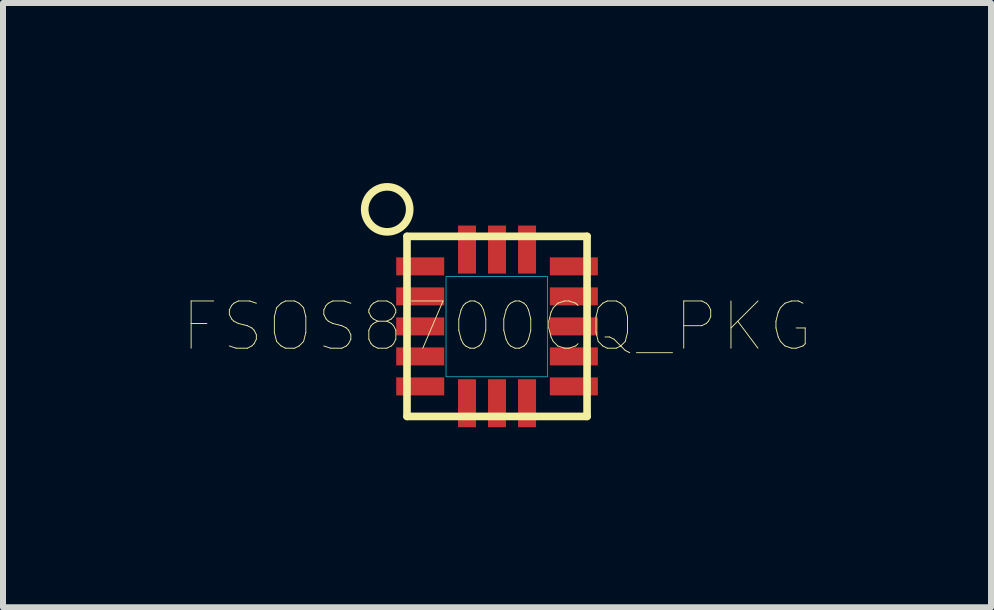
<source format=kicad_pcb>
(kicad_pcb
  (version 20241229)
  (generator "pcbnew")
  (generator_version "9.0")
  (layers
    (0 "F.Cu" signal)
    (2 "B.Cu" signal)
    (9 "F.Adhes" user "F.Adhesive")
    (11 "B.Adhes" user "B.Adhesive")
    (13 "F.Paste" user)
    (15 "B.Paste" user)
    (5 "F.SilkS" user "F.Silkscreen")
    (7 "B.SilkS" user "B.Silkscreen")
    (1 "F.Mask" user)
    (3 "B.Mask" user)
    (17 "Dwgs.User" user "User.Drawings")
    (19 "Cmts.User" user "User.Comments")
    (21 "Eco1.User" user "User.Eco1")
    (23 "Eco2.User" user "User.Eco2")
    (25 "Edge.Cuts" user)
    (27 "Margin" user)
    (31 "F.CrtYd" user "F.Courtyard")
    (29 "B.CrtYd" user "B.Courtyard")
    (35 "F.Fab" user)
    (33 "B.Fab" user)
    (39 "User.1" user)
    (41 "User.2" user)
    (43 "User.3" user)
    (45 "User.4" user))
  (footprint "FSOS8700CQ_PKG"
    (layer "F.Cu")
    (at 5.231 2.388)
    (property "Reference" "FSOS8700CQ_PKG" (at 0 0 0) (layer "F.SilkS") (effects (font (size 0.787 0.787) (thickness 0.015))))
    (attr through_hole)
    (fp_line (start -1.5 -1.5) (end 1.5 -1.5) (stroke (width 0.127) (type solid)) (layer "F.SilkS"))
    (fp_line (start -1.5 1.5) (end -1.5 -1.5) (stroke (width 0.127) (type solid)) (layer "F.SilkS"))
    (fp_line (start 1.5 -1.5) (end 1.5 1.5) (stroke (width 0.127) (type solid)) (layer "F.SilkS"))
    (fp_line (start 1.5 1.5) (end -1.5 1.5) (stroke (width 0.127) (type solid)) (layer "F.SilkS"))
    (fp_circle (center -1.83 -1.95) (end -1.455 -1.95) (stroke (width 0.127) (type solid)) (fill no) (layer "F.SilkS"))
    (fp_poly (pts (xy -0.85 -0.83) (xy 0.84 -0.83) (xy 0.84 0.84) (xy -0.85 0.84)) (stroke (width 0.01) (type solid)) (fill no) (layer "B.CrtYd"))
    (pad "P$1" smd rect (at -1.28 -1) (size 0.8 0.3) (layers "F.Cu" "F.Mask" "F.Paste"))
    (pad "P$2" smd rect (at -1.28 -0.5) (size 0.8 0.3) (layers "F.Cu" "F.Mask" "F.Paste"))
    (pad "P$3" smd rect (at -1.28 0) (size 0.8 0.3) (layers "F.Cu" "F.Mask" "F.Paste"))
    (pad "P$4" smd rect (at -1.28 0.5) (size 0.8 0.3) (layers "F.Cu" "F.Mask" "F.Paste"))
    (pad "P$5" smd rect (at -1.28 1) (size 0.8 0.3) (layers "F.Cu" "F.Mask" "F.Paste"))
    (pad "P$6" smd rect (at -0.5 1.28) (size 0.3 0.8) (layers "F.Cu" "F.Mask" "F.Paste"))
    (pad "P$7" smd rect (at 0 1.28) (size 0.3 0.8) (layers "F.Cu" "F.Mask" "F.Paste"))
    (pad "P$8" smd rect (at 0.5 1.28) (size 0.3 0.8) (layers "F.Cu" "F.Mask" "F.Paste"))
    (pad "P$9" smd rect (at 1.28 1) (size 0.8 0.3) (layers "F.Cu" "F.Mask" "F.Paste"))
    (pad "P$10" smd rect (at 1.28 0.5) (size 0.8 0.3) (layers "F.Cu" "F.Mask" "F.Paste"))
    (pad "P$11" smd rect (at 1.28 0) (size 0.8 0.3) (layers "F.Cu" "F.Mask" "F.Paste"))
    (pad "P$12" smd rect (at 1.28 -0.5) (size 0.8 0.3) (layers "F.Cu" "F.Mask" "F.Paste"))
    (pad "P$13" smd rect (at 1.28 -1) (size 0.8 0.3) (layers "F.Cu" "F.Mask" "F.Paste"))
    (pad "P$14" smd rect (at 0.5 -1.28) (size 0.3 0.8) (layers "F.Cu" "F.Mask" "F.Paste"))
    (pad "P$15" smd rect (at 0 -1.28) (size 0.3 0.8) (layers "F.Cu" "F.Mask" "F.Paste"))
    (pad "P$16" smd rect (at -0.5 -1.28) (size 0.3 0.8) (layers "F.Cu" "F.Mask" "F.Paste")))
  (gr_rect
    (start -3 -3)
    (end 13.461 7.068)
    (stroke (width 0.1) (type default))
    (fill no)
    (layer "Edge.Cuts")))
</source>
